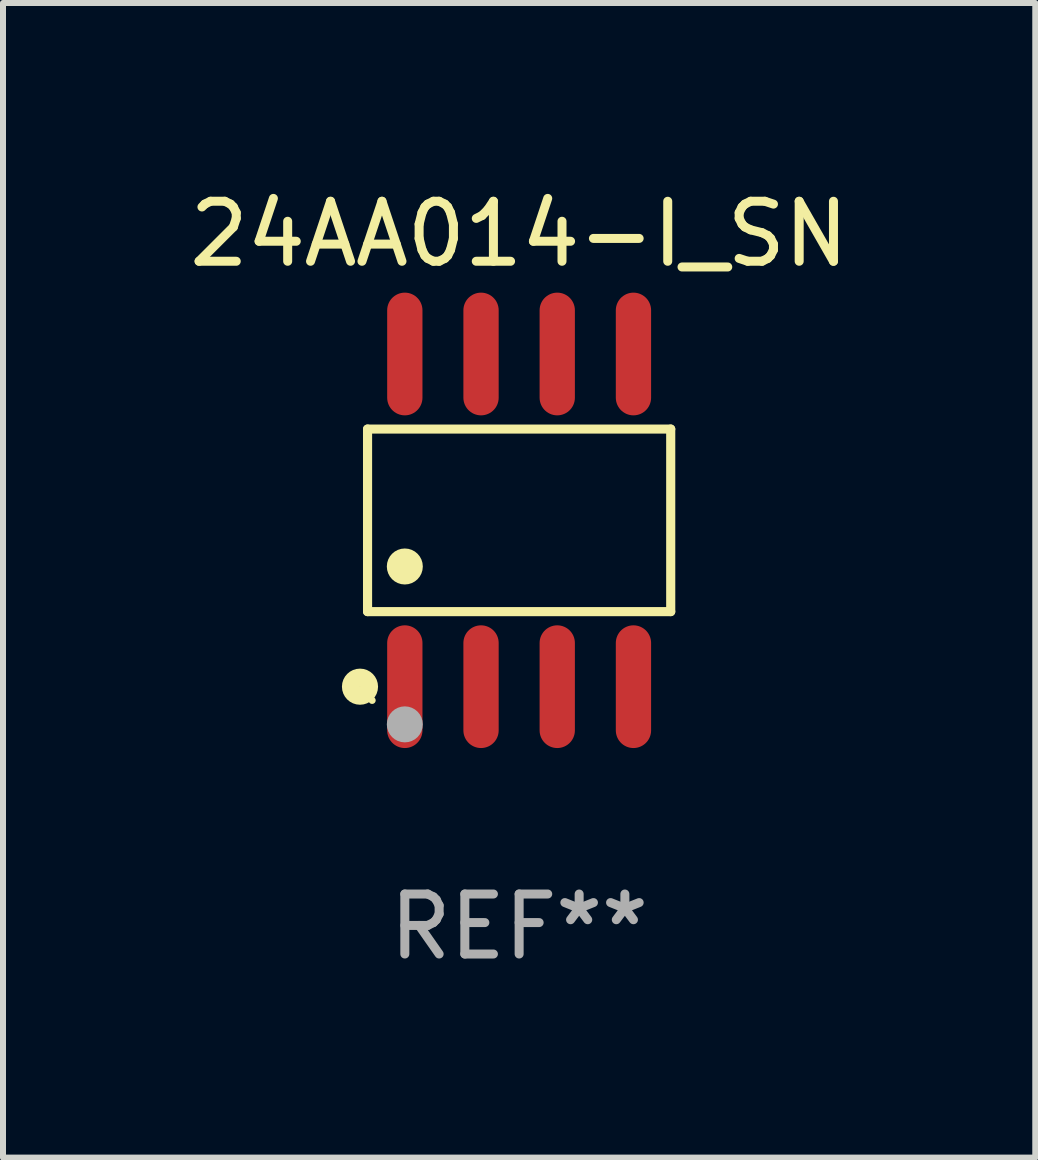
<source format=kicad_pcb>
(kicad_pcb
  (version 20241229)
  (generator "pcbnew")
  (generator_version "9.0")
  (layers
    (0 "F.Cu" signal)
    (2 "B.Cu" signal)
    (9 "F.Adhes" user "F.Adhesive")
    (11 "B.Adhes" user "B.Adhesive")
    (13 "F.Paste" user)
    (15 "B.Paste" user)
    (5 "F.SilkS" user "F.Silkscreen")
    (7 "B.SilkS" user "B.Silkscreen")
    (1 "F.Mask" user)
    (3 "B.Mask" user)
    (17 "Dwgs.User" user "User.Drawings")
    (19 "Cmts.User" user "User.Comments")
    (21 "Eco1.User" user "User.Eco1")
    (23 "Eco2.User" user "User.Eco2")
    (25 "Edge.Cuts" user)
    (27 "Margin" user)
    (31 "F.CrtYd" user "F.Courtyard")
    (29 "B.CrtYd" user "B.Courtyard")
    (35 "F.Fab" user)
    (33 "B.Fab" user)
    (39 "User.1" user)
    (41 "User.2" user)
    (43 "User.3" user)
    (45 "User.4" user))
  (footprint "24AA014-I_SN"
    (layer "F.Cu")
    (at 5.601 5.621)
    (property "Reference" "24AA014-I_SN" (at 0 -4.772 0) (layer "F.SilkS") (effects (font (size 1 1) (thickness 0.15))))
    (attr through_hole)
    (fp_line (start -2.526 -1.521) (end 2.526 -1.521) (stroke (width 0.152) (type solid)) (layer "F.SilkS"))
    (fp_line (start -2.526 1.521) (end -2.526 -1.521) (stroke (width 0.152) (type solid)) (layer "F.SilkS"))
    (fp_line (start 2.526 -1.521) (end 2.526 1.521) (stroke (width 0.152) (type solid)) (layer "F.SilkS"))
    (fp_line (start 2.526 1.521) (end -2.526 1.521) (stroke (width 0.152) (type solid)) (layer "F.SilkS"))
    (fp_circle (center -2.652 2.772) (end -2.501 2.772) (stroke (width 0.3) (type solid)) (fill no) (layer "F.SilkS"))
    (fp_circle (center -2.45 3) (end -2.42 3) (stroke (width 0.06) (type solid)) (fill no) (layer "F.SilkS"))
    (fp_circle (center -1.905 0.769) (end -1.755 0.769) (stroke (width 0.3) (type solid)) (fill no) (layer "F.SilkS"))
    (fp_circle (center -1.905 3.4) (end -1.755 3.4) (stroke (width 0.3) (type solid)) (fill no) (layer "F.Fab"))
    (fp_text user "REF**" (at 0 6.772 0) (layer "F.Fab") (effects (font (size 1 1) (thickness 0.15))))
    (pad "1" smd oval (at -1.905 2.772) (size 0.588 2.045) (layers "F.Cu" "F.Mask" "F.Paste"))
    (pad "2" smd oval (at -0.635 2.772) (size 0.588 2.045) (layers "F.Cu" "F.Mask" "F.Paste"))
    (pad "3" smd oval (at 0.635 2.772) (size 0.588 2.045) (layers "F.Cu" "F.Mask" "F.Paste"))
    (pad "4" smd oval (at 1.905 2.772) (size 0.588 2.045) (layers "F.Cu" "F.Mask" "F.Paste"))
    (pad "5" smd oval (at 1.905 -2.772) (size 0.588 2.045) (layers "F.Cu" "F.Mask" "F.Paste"))
    (pad "6" smd oval (at 0.635 -2.772) (size 0.588 2.045) (layers "F.Cu" "F.Mask" "F.Paste"))
    (pad "7" smd oval (at -0.635 -2.772) (size 0.588 2.045) (layers "F.Cu" "F.Mask" "F.Paste"))
    (pad "8" smd oval (at -1.905 -2.772) (size 0.588 2.045) (layers "F.Cu" "F.Mask" "F.Paste")))
  (gr_rect
    (start -3 -3)
    (end 14.202 16.241)
    (stroke (width 0.1) (type default))
    (fill no)
    (layer "Edge.Cuts")))
</source>
